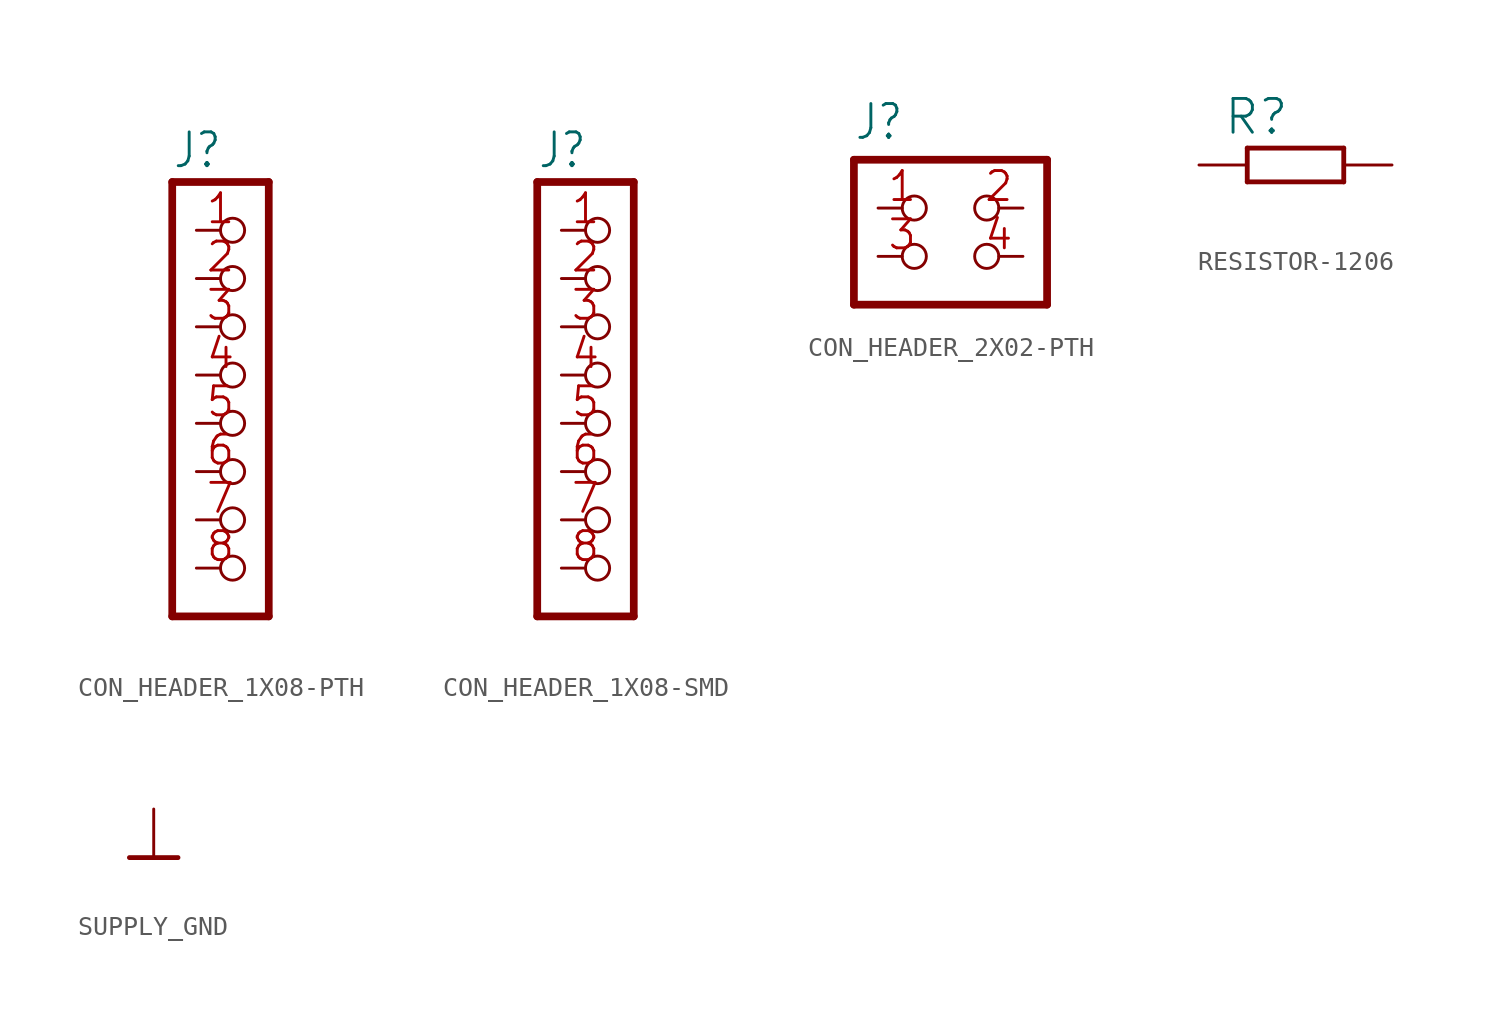
<source format=kicad_sym>
(kicad_symbol_lib
  (version 20241209)
  (generator "kicad_symbol_editor")
  (generator_version "9.0")
  (symbol "CON_HEADER_1X08-PTH"
    (property "Reference" "J"
      (at -1.27 10.795 0)
      (effects (font (size 1.778 1.511)) (justify left bottom)))
    (property "ki_locked" ""
      (at 0 0 0)
      (effects (font (size 1.27 1.27))))
    (symbol "CON_HEADER_1X08-PTH_1_0"
      (polyline (pts (xy -1.27 10.16) (xy 3.81 10.16)) (stroke (width 0.406) (type solid)) (fill (type none)))
      (polyline (pts (xy -1.27 -12.7) (xy -1.27 10.16)) (stroke (width 0.406) (type solid)) (fill (type none)))
      (polyline (pts (xy 3.81 10.16) (xy 3.81 -12.7)) (stroke (width 0.406) (type solid)) (fill (type none)))
      (polyline (pts (xy 3.81 -12.7) (xy -1.27 -12.7)) (stroke (width 0.406) (type solid)) (fill (type none)))
      (pin passive inverted (at 0 7.62 0) (length 2.54) (name "1" (effects (font (size 0 0)))) (number "1" (effects (font (size 1.524 1.524)))))
      (pin passive inverted (at 0 5.08 0) (length 2.54) (name "2" (effects (font (size 0 0)))) (number "2" (effects (font (size 1.524 1.524)))))
      (pin passive inverted (at 0 2.54 0) (length 2.54) (name "3" (effects (font (size 0 0)))) (number "3" (effects (font (size 1.524 1.524)))))
      (pin passive inverted (at 0 0 0) (length 2.54) (name "4" (effects (font (size 0 0)))) (number "4" (effects (font (size 1.524 1.524)))))
      (pin passive inverted (at 0 -2.54 0) (length 2.54) (name "5" (effects (font (size 0 0)))) (number "5" (effects (font (size 1.524 1.524)))))
      (pin passive inverted (at 0 -5.08 0) (length 2.54) (name "6" (effects (font (size 0 0)))) (number "6" (effects (font (size 1.524 1.524)))))
      (pin passive inverted (at 0 -7.62 0) (length 2.54) (name "7" (effects (font (size 0 0)))) (number "7" (effects (font (size 1.524 1.524)))))
      (pin passive inverted (at 0 -10.16 0) (length 2.54) (name "8" (effects (font (size 0 0)))) (number "8" (effects (font (size 1.524 1.524)))))))
  (symbol "CON_HEADER_1X08-SMD"
    (property "Reference" "J"
      (at -1.27 10.795 0)
      (effects (font (size 1.778 1.511)) (justify left bottom)))
    (property "ki_locked" ""
      (at 0 0 0)
      (effects (font (size 1.27 1.27))))
    (symbol "CON_HEADER_1X08-SMD_1_0"
      (polyline (pts (xy -1.27 10.16) (xy 3.81 10.16)) (stroke (width 0.406) (type solid)) (fill (type none)))
      (polyline (pts (xy -1.27 -12.7) (xy -1.27 10.16)) (stroke (width 0.406) (type solid)) (fill (type none)))
      (polyline (pts (xy 3.81 10.16) (xy 3.81 -12.7)) (stroke (width 0.406) (type solid)) (fill (type none)))
      (polyline (pts (xy 3.81 -12.7) (xy -1.27 -12.7)) (stroke (width 0.406) (type solid)) (fill (type none)))
      (pin passive inverted (at 0 7.62 0) (length 2.54) (name "1" (effects (font (size 0 0)))) (number "1" (effects (font (size 1.524 1.524)))))
      (pin passive inverted (at 0 5.08 0) (length 2.54) (name "2" (effects (font (size 0 0)))) (number "2" (effects (font (size 1.524 1.524)))))
      (pin passive inverted (at 0 2.54 0) (length 2.54) (name "3" (effects (font (size 0 0)))) (number "3" (effects (font (size 1.524 1.524)))))
      (pin passive inverted (at 0 0 0) (length 2.54) (name "4" (effects (font (size 0 0)))) (number "4" (effects (font (size 1.524 1.524)))))
      (pin passive inverted (at 0 -2.54 0) (length 2.54) (name "5" (effects (font (size 0 0)))) (number "5" (effects (font (size 1.524 1.524)))))
      (pin passive inverted (at 0 -5.08 0) (length 2.54) (name "6" (effects (font (size 0 0)))) (number "6" (effects (font (size 1.524 1.524)))))
      (pin passive inverted (at 0 -7.62 0) (length 2.54) (name "7" (effects (font (size 0 0)))) (number "7" (effects (font (size 1.524 1.524)))))
      (pin passive inverted (at 0 -10.16 0) (length 2.54) (name "8" (effects (font (size 0 0)))) (number "8" (effects (font (size 1.524 1.524)))))))
  (symbol "CON_HEADER_2X02-PTH"
    (property "Reference" "J"
      (at -1.27 3.493 0)
      (effects (font (size 1.778 1.511)) (justify left bottom)))
    (property "ki_locked" ""
      (at 0 0 0)
      (effects (font (size 1.27 1.27))))
    (symbol "CON_HEADER_2X02-PTH_1_0"
      (polyline (pts (xy -1.27 2.54) (xy 8.89 2.54)) (stroke (width 0.406) (type solid)) (fill (type none)))
      (polyline (pts (xy -1.27 -5.08) (xy -1.27 2.54)) (stroke (width 0.406) (type solid)) (fill (type none)))
      (polyline (pts (xy 8.89 2.54) (xy 8.89 -5.08)) (stroke (width 0.406) (type solid)) (fill (type none)))
      (polyline (pts (xy 8.89 -5.08) (xy -1.27 -5.08)) (stroke (width 0.406) (type solid)) (fill (type none)))
      (pin passive inverted (at 0 0 0) (length 2.54) (name "1" (effects (font (size 0 0)))) (number "1" (effects (font (size 1.524 1.524)))))
      (pin passive inverted (at 0 -2.54 0) (length 2.54) (name "3" (effects (font (size 0 0)))) (number "3" (effects (font (size 1.524 1.524)))))
      (pin passive inverted (at 7.62 0 180) (length 2.54) (name "2" (effects (font (size 0 0)))) (number "2" (effects (font (size 1.524 1.524)))))
      (pin passive inverted (at 7.62 -2.54 180) (length 2.54) (name "4" (effects (font (size 0 0)))) (number "4" (effects (font (size 1.524 1.524)))))))
  (symbol "RESISTOR-1206"
    (property "Reference" "R"
      (at -3.81 1.499 0)
      (effects (font (size 1.778 1.778)) (justify left bottom)))
    (property "Value" ""
      (at -3.81 -3.302 0)
      (effects (font (size 1.778 1.778)) (justify left bottom)))
    (property "ki_locked" ""
      (at 0 0 0)
      (effects (font (size 1.27 1.27))))
    (symbol "RESISTOR-1206_1_0"
      (polyline (pts (xy -2.54 -0.889) (xy -2.54 0.889)) (stroke (width 0.254) (type solid)) (fill (type none)))
      (polyline (pts (xy -2.54 -0.889) (xy 2.54 -0.889)) (stroke (width 0.254) (type solid)) (fill (type none)))
      (polyline (pts (xy 2.54 0.889) (xy -2.54 0.889)) (stroke (width 0.254) (type solid)) (fill (type none)))
      (polyline (pts (xy 2.54 -0.889) (xy 2.54 0.889)) (stroke (width 0.254) (type solid)) (fill (type none)))
      (pin passive line (at -5.08 0 0) (length 2.54) (name "1" (effects (font (size 0 0)))) (number "1" (effects (font (size 0 0)))))
      (pin passive line (at 5.08 0 180) (length 2.54) (name "2" (effects (font (size 0 0)))) (number "2" (effects (font (size 0 0)))))))
  (symbol "SUPPLY_GND"
    (power)
    (property "Reference" "#GND"
      (at 0 0 0)
      (effects (font (size 1.27 1.27)) (hide yes)))
    (property "Value" ""
      (at -1.524 -2.032 0)
      (effects (font (size 1.778 1.511)) (justify left bottom)))
    (property "ki_locked" ""
      (at 0 0 0)
      (effects (font (size 1.27 1.27))))
    (symbol "SUPPLY_GND_1_0"
      (polyline (pts (xy 1.27 0) (xy -1.27 0)) (stroke (width 0.254) (type solid)) (fill (type none)))
      (pin power_in line (at 0 2.54 270) (length 2.54) (name "GND" (effects (font (size 0 0)))) (number "1" (effects (font (size 0 0))))))))
</source>
